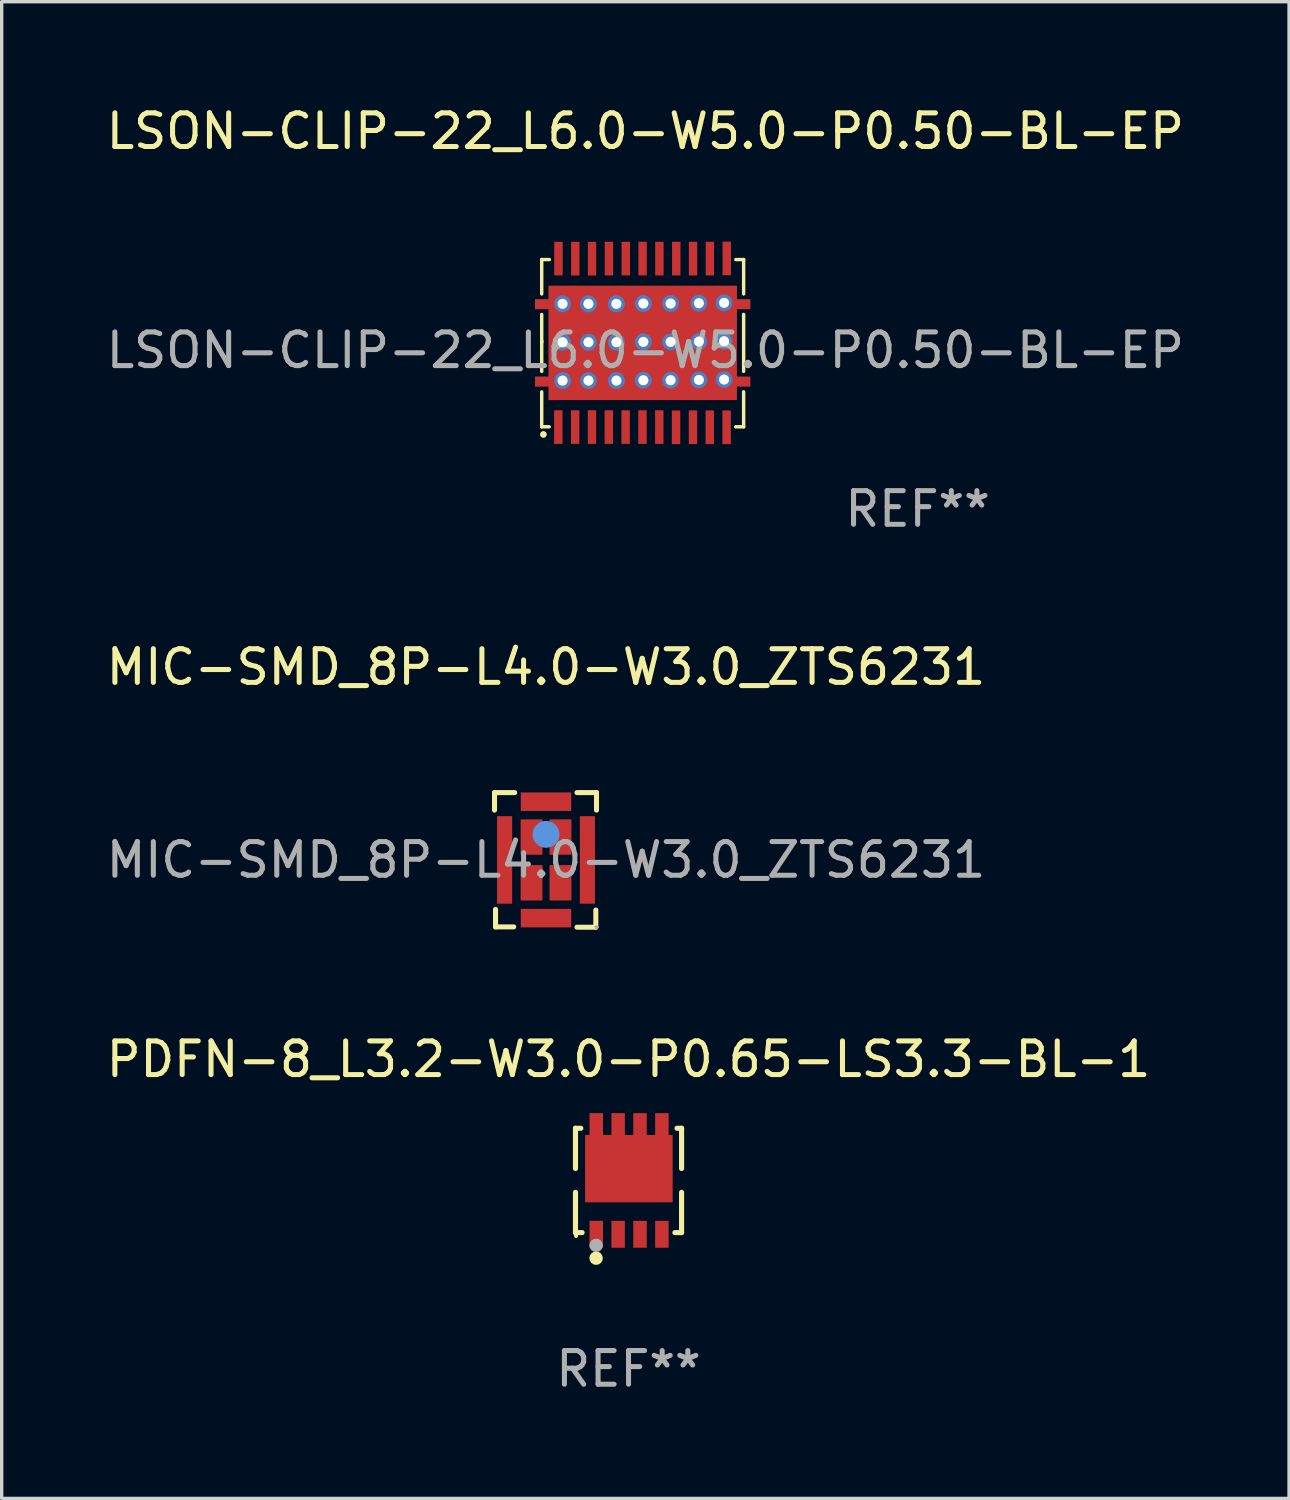
<source format=kicad_pcb>
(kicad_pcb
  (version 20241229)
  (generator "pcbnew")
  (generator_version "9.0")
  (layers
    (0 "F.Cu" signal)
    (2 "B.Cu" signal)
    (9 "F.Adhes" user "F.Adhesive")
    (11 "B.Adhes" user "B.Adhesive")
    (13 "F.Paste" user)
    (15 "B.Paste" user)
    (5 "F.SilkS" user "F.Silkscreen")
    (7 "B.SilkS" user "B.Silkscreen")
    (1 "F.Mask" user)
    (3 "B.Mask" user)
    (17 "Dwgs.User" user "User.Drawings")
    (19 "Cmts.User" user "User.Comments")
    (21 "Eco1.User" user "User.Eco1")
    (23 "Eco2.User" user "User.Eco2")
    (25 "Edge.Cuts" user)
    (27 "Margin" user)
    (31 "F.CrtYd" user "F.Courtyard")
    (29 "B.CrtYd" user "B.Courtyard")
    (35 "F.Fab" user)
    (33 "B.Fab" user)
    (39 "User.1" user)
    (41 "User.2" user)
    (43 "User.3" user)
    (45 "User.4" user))
  (footprint "LSON-CLIP-22_L6.0-W5.0-P0.50-BL-EP"
    (layer "F.Cu")
    (at 16.125 7.358)
    (property "Reference" "LSON-CLIP-22_L6.0-W5.0-P0.50-BL-EP" (at 0 -6.51 0) (layer "F.SilkS") (effects (font (size 1 1) (thickness 0.15))))
    (attr smd)
    (fp_line (start -3.08 -2.696) (end -2.852 -2.696) (stroke (width 0.102) (type solid)) (layer "F.SilkS"))
    (fp_line (start -3.08 -1.675) (end -3.08 -2.696) (stroke (width 0.102) (type solid)) (layer "F.SilkS"))
    (fp_line (start -3.08 -0.227) (end -3.08 -1.065) (stroke (width 0.102) (type solid)) (layer "F.SilkS"))
    (fp_line (start -3.08 0.625) (end -3.08 -0.283) (stroke (width 0.102) (type solid)) (layer "F.SilkS"))
    (fp_line (start -3.08 2.273) (end -3.08 1.235) (stroke (width 0.102) (type solid)) (layer "F.SilkS"))
    (fp_line (start -2.856 2.273) (end -3.08 2.273) (stroke (width 0.102) (type solid)) (layer "F.SilkS"))
    (fp_line (start 2.688 -2.696) (end 2.92 -2.696) (stroke (width 0.102) (type solid)) (layer "F.SilkS"))
    (fp_line (start 2.92 -2.696) (end 2.92 -1.675) (stroke (width 0.102) (type solid)) (layer "F.SilkS"))
    (fp_line (start 2.92 -1.065) (end 2.92 0.625) (stroke (width 0.102) (type solid)) (layer "F.SilkS"))
    (fp_line (start 2.92 1.235) (end 2.92 2.273) (stroke (width 0.102) (type solid)) (layer "F.SilkS"))
    (fp_line (start 2.92 2.273) (end 2.684 2.273) (stroke (width 0.102) (type solid)) (layer "F.SilkS"))
    (fp_circle (center -3.03 2.5) (end -2.98 2.5) (stroke (width 0.1) (type solid)) (fill no) (layer "F.SilkS"))
    (fp_text user "REF**" (at 8.09 4.715 180) (layer "F.Fab") (effects (font (size 1 1) (thickness 0.15))))
    (fp_text user "${REFERENCE}" (at 0 0 0) (layer "F.Fab") (effects (font (size 1 1) (thickness 0.15))))
    (pad "1" smd rect (at -2.586 2.282 180) (size 0.25 1) (layers "F.Cu" "F.Mask" "F.Paste"))
    (pad "2" smd rect (at -2.086 2.282 180) (size 0.25 1) (layers "F.Cu" "F.Mask" "F.Paste"))
    (pad "3" smd rect (at -1.586 2.282 180) (size 0.25 1) (layers "F.Cu" "F.Mask" "F.Paste"))
    (pad "4" smd rect (at -1.086 2.282 180) (size 0.25 1) (layers "F.Cu" "F.Mask" "F.Paste"))
    (pad "5" smd rect (at -0.586 2.282 180) (size 0.25 1) (layers "F.Cu" "F.Mask" "F.Paste"))
    (pad "6" smd rect (at -0.086 2.282 180) (size 0.25 1) (layers "F.Cu" "F.Mask" "F.Paste"))
    (pad "7" smd rect (at 0.414 2.282 180) (size 0.25 1) (layers "F.Cu" "F.Mask" "F.Paste"))
    (pad "8" smd rect (at 0.912 2.289 180) (size 0.25 1) (layers "F.Cu" "F.Mask" "F.Paste"))
    (pad "9" smd rect (at 1.415 2.286 180) (size 0.25 1) (layers "F.Cu" "F.Mask" "F.Paste"))
    (pad "10" smd rect (at 1.914 2.288 180) (size 0.25 1) (layers "F.Cu" "F.Mask" "F.Paste"))
    (pad "11" smd rect (at 2.414 2.288 180) (size 0.25 1) (layers "F.Cu" "F.Mask" "F.Paste"))
    (pad "12" smd rect (at 2.418 -2.729 180) (size 0.25 1) (layers "F.Cu" "F.Mask" "F.Paste"))
    (pad "13" smd rect (at 1.917 -2.725 180) (size 0.25 1) (layers "F.Cu" "F.Mask" "F.Paste"))
    (pad "14" smd rect (at 1.417 -2.724 180) (size 0.25 1) (layers "F.Cu" "F.Mask" "F.Paste"))
    (pad "15" smd rect (at 0.918 -2.724 180) (size 0.25 1) (layers "F.Cu" "F.Mask" "F.Paste"))
    (pad "16" smd rect (at 0.417 -2.724 180) (size 0.25 1) (layers "F.Cu" "F.Mask" "F.Paste"))
    (pad "17" smd rect (at -0.082 -2.725 180) (size 0.25 1) (layers "F.Cu" "F.Mask" "F.Paste"))
    (pad "18" smd rect (at -0.582 -2.725 180) (size 0.25 1) (layers "F.Cu" "F.Mask" "F.Paste"))
    (pad "19" smd rect (at -1.082 -2.725 180) (size 0.25 1) (layers "F.Cu" "F.Mask" "F.Paste"))
    (pad "20" smd rect (at -1.584 -2.722 180) (size 0.25 1) (layers "F.Cu" "F.Mask" "F.Paste"))
    (pad "21" smd rect (at -2.082 -2.723 180) (size 0.25 1) (layers "F.Cu" "F.Mask" "F.Paste"))
    (pad "22" smd rect (at -2.582 -2.725 180) (size 0.25 1) (layers "F.Cu" "F.Mask" "F.Paste"))
    (pad "23" thru_hole circle (at -2.46 -1.38) (size 0.5 0.5) (drill 0.3) (layers "*.Cu"))
    (pad "23" thru_hole circle (at -2.46 -0.24) (size 0.5 0.5) (drill 0.3) (layers "*.Cu"))
    (pad "23" thru_hole circle (at -2.46 0.9) (size 0.5 0.5) (drill 0.3) (layers "*.Cu"))
    (pad "23" thru_hole circle (at -1.69 -1.38) (size 0.5 0.5) (drill 0.3) (layers "*.Cu"))
    (pad "23" thru_hole circle (at -1.69 -0.24) (size 0.5 0.5) (drill 0.3) (layers "*.Cu"))
    (pad "23" thru_hole circle (at -1.69 0.9) (size 0.5 0.5) (drill 0.3) (layers "*.Cu"))
    (pad "23" thru_hole circle (at -0.86 -1.38) (size 0.5 0.5) (drill 0.3) (layers "*.Cu"))
    (pad "23" thru_hole circle (at -0.86 -0.24) (size 0.5 0.5) (drill 0.3) (layers "*.Cu"))
    (pad "23" thru_hole circle (at -0.86 0.9) (size 0.5 0.5) (drill 0.3) (layers "*.Cu"))
    (pad "23" smd custom (at -0.079 -0.22 180) (size 3.4 6.4) (layers "F.Cu" "F.Mask" "F.Paste") (options (anchor circle)) (primitives (gr_poly (pts (xy -2.8 1.6) (xy -2.8 1.3) (xy -3.2 1.3) (xy -3.2 1) (xy -2.8 1) (xy -2.8 -1) (xy -3.2 -1) (xy -3.2 -1.3) (xy -2.8 -1.3) (xy -2.8 -1.7) (xy 2.8 -1.7) (xy 2.8 -1.3) (xy 3.2 -1.3) (xy 3.2 -1) (xy 2.8 -1) (xy 2.8 1) (xy 3.2 1) (xy 3.2 1.3) (xy 2.8 1.3) (xy 2.8 1.7) (xy -2.8 1.7)) (width 0) (fill yes))))
    (pad "23" thru_hole circle (at -0.06 -1.39) (size 0.5 0.5) (drill 0.3) (layers "*.Cu"))
    (pad "23" thru_hole circle (at -0.06 -0.25) (size 0.5 0.5) (drill 0.3) (layers "*.Cu"))
    (pad "23" thru_hole circle (at -0.06 0.89) (size 0.5 0.5) (drill 0.3) (layers "*.Cu"))
    (pad "23" thru_hole circle (at 0.75 -1.39) (size 0.5 0.5) (drill 0.3) (layers "*.Cu"))
    (pad "23" thru_hole circle (at 0.75 -0.25) (size 0.5 0.5) (drill 0.3) (layers "*.Cu"))
    (pad "23" thru_hole circle (at 0.75 0.89) (size 0.5 0.5) (drill 0.3) (layers "*.Cu"))
    (pad "23" thru_hole circle (at 1.59 -1.4) (size 0.5 0.5) (drill 0.3) (layers "*.Cu"))
    (pad "23" thru_hole circle (at 1.59 -0.26) (size 0.5 0.5) (drill 0.3) (layers "*.Cu"))
    (pad "23" thru_hole circle (at 1.59 0.88) (size 0.5 0.5) (drill 0.3) (layers "*.Cu"))
    (pad "23" thru_hole circle (at 2.34 -1.41) (size 0.5 0.5) (drill 0.3) (layers "*.Cu"))
    (pad "23" thru_hole circle (at 2.34 -0.27) (size 0.5 0.5) (drill 0.3) (layers "*.Cu"))
    (pad "23" thru_hole circle (at 2.34 0.87) (size 0.5 0.5) (drill 0.3) (layers "*.Cu")))
  (footprint "PDFN-8_L3.2-W3.0-P0.65-LS3.3-BL-1"
    (layer "F.Cu")
    (at 15.641 32.023)
    (property "Reference" "PDFN-8_L3.2-W3.0-P0.65-LS3.3-BL-1" (at -0.016 -3.6 0) (layer "F.SilkS") (effects (font (size 1 1) (thickness 0.15))))
    (attr smd)
    (fp_line (start -1.592 -1.55) (end -1.434 -1.55) (stroke (width 0.152) (type solid)) (layer "F.SilkS"))
    (fp_line (start -1.592 -0.354) (end -1.592 -1.55) (stroke (width 0.152) (type solid)) (layer "F.SilkS"))
    (fp_line (start -1.592 1.55) (end -1.592 0.354) (stroke (width 0.152) (type solid)) (layer "F.SilkS"))
    (fp_line (start -1.592 1.55) (end -1.396 1.55) (stroke (width 0.152) (type solid)) (layer "F.SilkS"))
    (fp_line (start 1.362 1.55) (end 1.56 1.55) (stroke (width 0.152) (type solid)) (layer "F.SilkS"))
    (fp_line (start 1.425 -1.55) (end 1.56 -1.55) (stroke (width 0.152) (type solid)) (layer "F.SilkS"))
    (fp_line (start 1.56 -1.55) (end 1.56 -0.354) (stroke (width 0.152) (type solid)) (layer "F.SilkS"))
    (fp_line (start 1.56 0.354) (end 1.56 1.55) (stroke (width 0.152) (type solid)) (layer "F.SilkS"))
    (fp_circle (center -1.575 1.65) (end -1.545 1.65) (stroke (width 0.06) (type solid)) (fill no) (layer "F.SilkS"))
    (fp_circle (center -0.98 2.31) (end -0.88 2.31) (stroke (width 0.2) (type solid)) (fill no) (layer "F.SilkS"))
    (fp_circle (center -0.98 1.93) (end -0.88 1.93) (stroke (width 0.2) (type solid)) (fill no) (layer "F.Fab"))
    (fp_text user "REF**" (at -0.016 5.6 0) (layer "F.Fab") (effects (font (size 1 1) (thickness 0.15))))
    (pad "1" smd rect (at -0.975 1.6) (size 0.4 0.8) (layers "F.Cu" "F.Mask" "F.Paste"))
    (pad "2" smd rect (at -0.325 1.6) (size 0.4 0.8) (layers "F.Cu" "F.Mask" "F.Paste"))
    (pad "3" smd rect (at 0.325 1.6) (size 0.4 0.8) (layers "F.Cu" "F.Mask" "F.Paste"))
    (pad "4" smd rect (at 0.975 1.6) (size 0.4 0.8) (layers "F.Cu" "F.Mask" "F.Paste"))
    (pad "5" smd rect (at 0.975 -1.6 180) (size 0.4 0.8) (layers "F.Cu" "F.Mask" "F.Paste"))
    (pad "6" smd rect (at 0.325 -1.6 180) (size 0.4 0.8) (layers "F.Cu" "F.Mask" "F.Paste"))
    (pad "7" smd rect (at -0.325 -1.6 180) (size 0.4 0.8) (layers "F.Cu" "F.Mask" "F.Paste"))
    (pad "8" smd rect (at -0.975 -1.6 180) (size 0.4 0.8) (layers "F.Cu" "F.Mask" "F.Paste"))
    (pad "9" smd rect (at -0.005 -0.35) (size 2.6 2) (layers "F.Cu" "F.Mask" "F.Paste")))
  (footprint "MIC-SMD_8P-L4.0-W3.0_ZTS6231"
    (layer "F.Cu")
    (at 13.173 22.5)
    (property "Reference" "MIC-SMD_8P-L4.0-W3.0_ZTS6231" (at 0 -5.73 0) (layer "F.SilkS") (effects (font (size 1 1) (thickness 0.15))))
    (attr smd)
    (fp_line (start -1.53 -2) (end -1.53 -1.48) (stroke (width 0.15) (type solid)) (layer "F.SilkS"))
    (fp_line (start -1.5 1.99) (end -1.5 1.47) (stroke (width 0.15) (type solid)) (layer "F.SilkS"))
    (fp_line (start -0.96 1.99) (end -1.5 1.99) (stroke (width 0.15) (type solid)) (layer "F.SilkS"))
    (fp_line (start -0.93 -2) (end -1.53 -2) (stroke (width 0.15) (type solid)) (layer "F.SilkS"))
    (fp_line (start 0.92 -2) (end 1.5 -2) (stroke (width 0.15) (type solid)) (layer "F.SilkS"))
    (fp_line (start 0.92 2) (end 1.48 2) (stroke (width 0.15) (type solid)) (layer "F.SilkS"))
    (fp_line (start 1.48 2) (end 1.48 1.49) (stroke (width 0.15) (type solid)) (layer "F.SilkS"))
    (fp_line (start 1.5 -2) (end 1.5 -1.48) (stroke (width 0.15) (type solid)) (layer "F.SilkS"))
    (fp_circle (center 0 -0.76) (end 0.2 -0.76) (stroke (width 0.4) (type solid)) (fill no) (layer "Cmts.User"))
    (fp_circle (center 1.5 2) (end 1.53 2) (stroke (width 0.06) (type solid)) (fill no) (layer "F.Fab"))
    (fp_text user "${REFERENCE}" (at 0 0 0) (layer "F.Fab") (effects (font (size 1 1) (thickness 0.15))))
    (pad "1" smd rect (at 0.43 0.68) (size 0.65 1.05) (layers "F.Cu" "F.Mask" "F.Paste"))
    (pad "2" smd rect (at 0.43 -0.68) (size 0.65 1.05) (layers "F.Cu" "F.Mask" "F.Paste"))
    (pad "3" smd rect (at -0.43 -0.68) (size 0.65 1.05) (layers "F.Cu" "F.Mask" "F.Paste"))
    (pad "4" smd rect (at -0.43 0.68) (size 0.65 1.05) (layers "F.Cu" "F.Mask" "F.Paste"))
    (pad "5" smd rect (at 0 1.73) (size 1.5 0.55) (layers "F.Cu" "F.Mask" "F.Paste"))
    (pad "6" smd rect (at 1.23 0) (size 0.45 2.6) (layers "F.Cu" "F.Mask" "F.Paste"))
    (pad "7" smd rect (at 0 -1.73) (size 1.5 0.55) (layers "F.Cu" "F.Mask" "F.Paste"))
    (pad "8" smd rect (at -1.23 0) (size 0.45 2.6) (layers "F.Cu" "F.Mask" "F.Paste")))
  (gr_rect
    (start -3 -3)
    (end 35.25 41.471)
    (stroke (width 0.1) (type default))
    (fill no)
    (layer "Edge.Cuts")))
</source>
